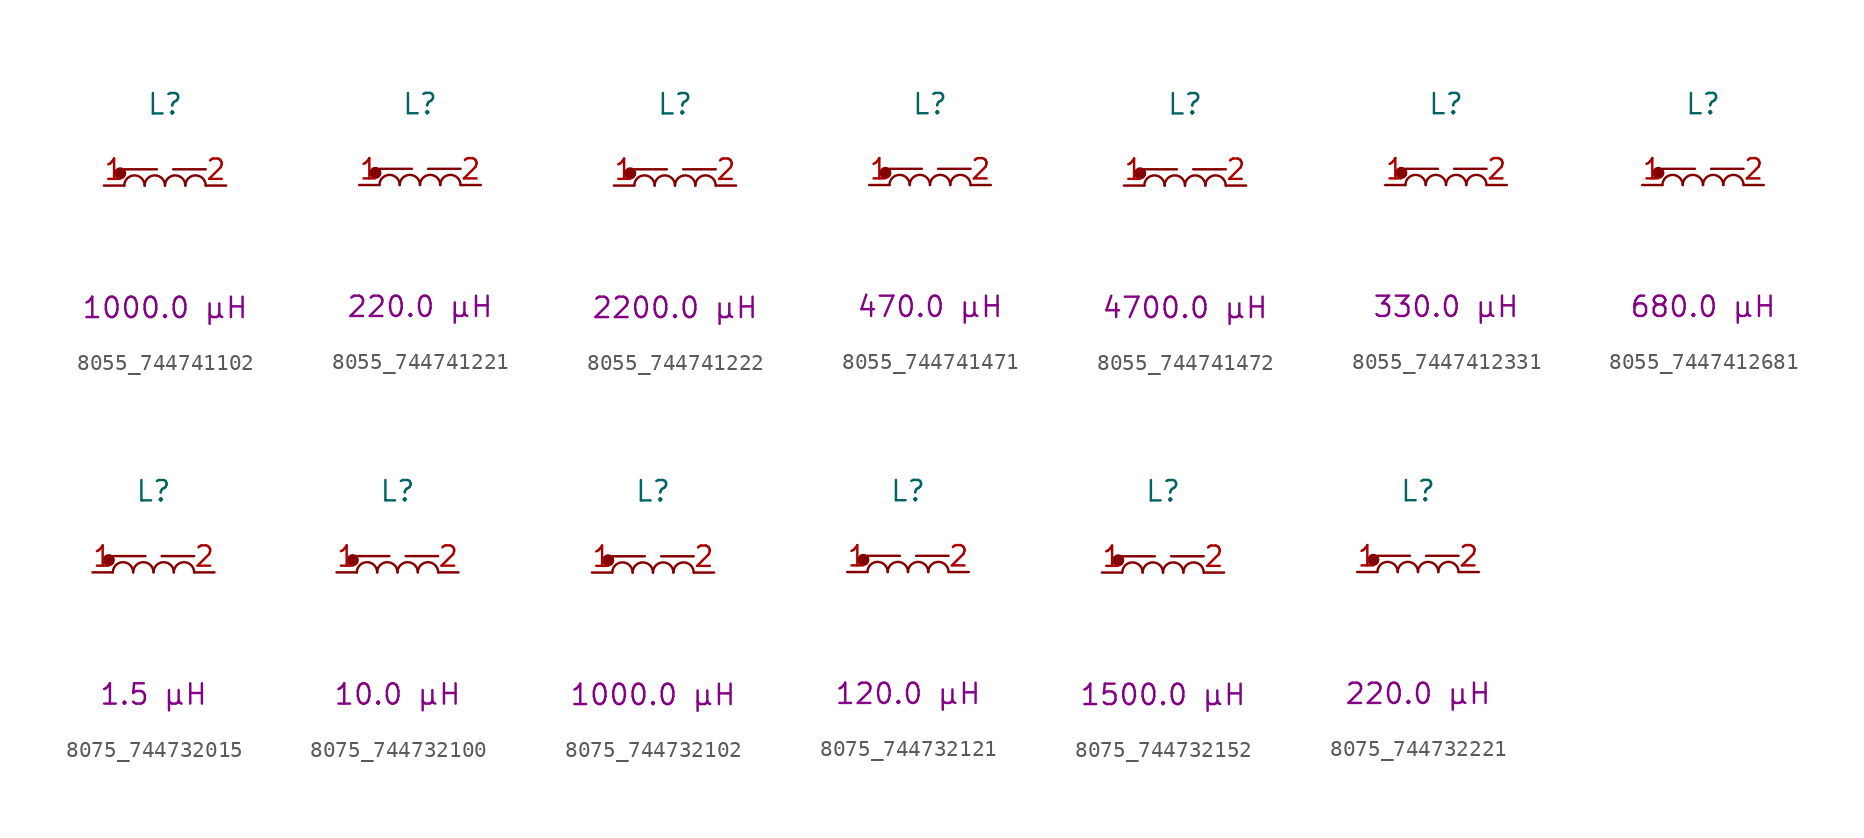
<source format=kicad_sym>
(kicad_symbol_lib
  (version 20220914)
  (generator kicad_symbol_editor)
  (symbol "8055_744741102"
    (pin_names hide)
    (property "Reference" "L"
      (at 0 5.08 0)
      (effects (font (size 1.27 1.27))))
    (property "Critical Parameter" "1000.0 µH"
      (at 0 -7.62 0)
      (effects (font (size 1.27 1.27))))
    (symbol "8055_744741102_0_1"
      (arc (start -1.27 0) (mid -1.905 0.6323) (end -2.54 0) (stroke (width 0) (type default)) (fill (type none)))
      (arc (start 0 0) (mid -0.635 0.6323) (end -1.27 0) (stroke (width 0) (type default)) (fill (type none)))
      (polyline (pts (xy -2.54 1.016) (xy -0.508 1.016)) (stroke (width 0) (type default)) (fill (type none)))
      (arc (start 1.27 0) (mid 0.635 0.6323) (end 0 0) (stroke (width 0) (type default)) (fill (type none)))
      (arc (start 2.54 0) (mid 1.905 0.6323) (end 1.27 0) (stroke (width 0) (type default)) (fill (type none))))
    (symbol "8055_744741102_1_1"
      (circle (center -2.794 0.762) (radius 0.0001) (stroke (width 0.381) (type default)) (fill (type none)))
      (polyline (pts (xy 2.54 1.016) (xy 0.508 1.016)) (stroke (width 0) (type default)) (fill (type none)))
      (pin passive line (at -3.81 0 0) (length 1.27) (name "1" (effects (font (size 1.27 1.27)))) (number "1" (effects (font (size 1.27 1.27)))))
      (pin passive line (at 3.81 0 180) (length 1.27) (name "2" (effects (font (size 1.27 1.27)))) (number "2" (effects (font (size 1.27 1.27)))))))
  (symbol "8055_744741221"
    (pin_names hide)
    (property "Reference" "L"
      (at 0 5.08 0)
      (effects (font (size 1.27 1.27))))
    (property "Critical Parameter" "220.0 µH"
      (at 0 -7.62 0)
      (effects (font (size 1.27 1.27))))
    (symbol "8055_744741221_0_1"
      (arc (start -1.27 0) (mid -1.905 0.6323) (end -2.54 0) (stroke (width 0) (type default)) (fill (type none)))
      (arc (start 0 0) (mid -0.635 0.6323) (end -1.27 0) (stroke (width 0) (type default)) (fill (type none)))
      (polyline (pts (xy -2.54 1.016) (xy -0.508 1.016)) (stroke (width 0) (type default)) (fill (type none)))
      (arc (start 1.27 0) (mid 0.635 0.6323) (end 0 0) (stroke (width 0) (type default)) (fill (type none)))
      (arc (start 2.54 0) (mid 1.905 0.6323) (end 1.27 0) (stroke (width 0) (type default)) (fill (type none))))
    (symbol "8055_744741221_1_1"
      (circle (center -2.794 0.762) (radius 0.0001) (stroke (width 0.381) (type default)) (fill (type none)))
      (polyline (pts (xy 2.54 1.016) (xy 0.508 1.016)) (stroke (width 0) (type default)) (fill (type none)))
      (pin passive line (at -3.81 0 0) (length 1.27) (name "1" (effects (font (size 1.27 1.27)))) (number "1" (effects (font (size 1.27 1.27)))))
      (pin passive line (at 3.81 0 180) (length 1.27) (name "2" (effects (font (size 1.27 1.27)))) (number "2" (effects (font (size 1.27 1.27)))))))
  (symbol "8055_744741222"
    (pin_names hide)
    (property "Reference" "L"
      (at 0 5.08 0)
      (effects (font (size 1.27 1.27))))
    (property "Critical Parameter" "2200.0 µH"
      (at 0 -7.62 0)
      (effects (font (size 1.27 1.27))))
    (symbol "8055_744741222_0_1"
      (arc (start -1.27 0) (mid -1.905 0.6323) (end -2.54 0) (stroke (width 0) (type default)) (fill (type none)))
      (arc (start 0 0) (mid -0.635 0.6323) (end -1.27 0) (stroke (width 0) (type default)) (fill (type none)))
      (polyline (pts (xy -2.54 1.016) (xy -0.508 1.016)) (stroke (width 0) (type default)) (fill (type none)))
      (arc (start 1.27 0) (mid 0.635 0.6323) (end 0 0) (stroke (width 0) (type default)) (fill (type none)))
      (arc (start 2.54 0) (mid 1.905 0.6323) (end 1.27 0) (stroke (width 0) (type default)) (fill (type none))))
    (symbol "8055_744741222_1_1"
      (circle (center -2.794 0.762) (radius 0.0001) (stroke (width 0.381) (type default)) (fill (type none)))
      (polyline (pts (xy 2.54 1.016) (xy 0.508 1.016)) (stroke (width 0) (type default)) (fill (type none)))
      (pin passive line (at -3.81 0 0) (length 1.27) (name "1" (effects (font (size 1.27 1.27)))) (number "1" (effects (font (size 1.27 1.27)))))
      (pin passive line (at 3.81 0 180) (length 1.27) (name "2" (effects (font (size 1.27 1.27)))) (number "2" (effects (font (size 1.27 1.27)))))))
  (symbol "8055_744741471"
    (pin_names hide)
    (property "Reference" "L"
      (at 0 5.08 0)
      (effects (font (size 1.27 1.27))))
    (property "Critical Parameter" "470.0 µH"
      (at 0 -7.62 0)
      (effects (font (size 1.27 1.27))))
    (symbol "8055_744741471_0_1"
      (arc (start -1.27 0) (mid -1.905 0.6323) (end -2.54 0) (stroke (width 0) (type default)) (fill (type none)))
      (arc (start 0 0) (mid -0.635 0.6323) (end -1.27 0) (stroke (width 0) (type default)) (fill (type none)))
      (polyline (pts (xy -2.54 1.016) (xy -0.508 1.016)) (stroke (width 0) (type default)) (fill (type none)))
      (arc (start 1.27 0) (mid 0.635 0.6323) (end 0 0) (stroke (width 0) (type default)) (fill (type none)))
      (arc (start 2.54 0) (mid 1.905 0.6323) (end 1.27 0) (stroke (width 0) (type default)) (fill (type none))))
    (symbol "8055_744741471_1_1"
      (circle (center -2.794 0.762) (radius 0.0001) (stroke (width 0.381) (type default)) (fill (type none)))
      (polyline (pts (xy 2.54 1.016) (xy 0.508 1.016)) (stroke (width 0) (type default)) (fill (type none)))
      (pin passive line (at -3.81 0 0) (length 1.27) (name "1" (effects (font (size 1.27 1.27)))) (number "1" (effects (font (size 1.27 1.27)))))
      (pin passive line (at 3.81 0 180) (length 1.27) (name "2" (effects (font (size 1.27 1.27)))) (number "2" (effects (font (size 1.27 1.27)))))))
  (symbol "8055_744741472"
    (pin_names hide)
    (property "Reference" "L"
      (at 0 5.08 0)
      (effects (font (size 1.27 1.27))))
    (property "Critical Parameter" "4700.0 µH"
      (at 0 -7.62 0)
      (effects (font (size 1.27 1.27))))
    (symbol "8055_744741472_0_1"
      (arc (start -1.27 0) (mid -1.905 0.6323) (end -2.54 0) (stroke (width 0) (type default)) (fill (type none)))
      (arc (start 0 0) (mid -0.635 0.6323) (end -1.27 0) (stroke (width 0) (type default)) (fill (type none)))
      (polyline (pts (xy -2.54 1.016) (xy -0.508 1.016)) (stroke (width 0) (type default)) (fill (type none)))
      (arc (start 1.27 0) (mid 0.635 0.6323) (end 0 0) (stroke (width 0) (type default)) (fill (type none)))
      (arc (start 2.54 0) (mid 1.905 0.6323) (end 1.27 0) (stroke (width 0) (type default)) (fill (type none))))
    (symbol "8055_744741472_1_1"
      (circle (center -2.794 0.762) (radius 0.0001) (stroke (width 0.381) (type default)) (fill (type none)))
      (polyline (pts (xy 2.54 1.016) (xy 0.508 1.016)) (stroke (width 0) (type default)) (fill (type none)))
      (pin passive line (at -3.81 0 0) (length 1.27) (name "1" (effects (font (size 1.27 1.27)))) (number "1" (effects (font (size 1.27 1.27)))))
      (pin passive line (at 3.81 0 180) (length 1.27) (name "2" (effects (font (size 1.27 1.27)))) (number "2" (effects (font (size 1.27 1.27)))))))
  (symbol "8055_7447412331"
    (pin_names hide)
    (property "Reference" "L"
      (at 0 5.08 0)
      (effects (font (size 1.27 1.27))))
    (property "Critical Parameter" "330.0 µH"
      (at 0 -7.62 0)
      (effects (font (size 1.27 1.27))))
    (symbol "8055_7447412331_0_1"
      (arc (start -1.27 0) (mid -1.905 0.6323) (end -2.54 0) (stroke (width 0) (type default)) (fill (type none)))
      (arc (start 0 0) (mid -0.635 0.6323) (end -1.27 0) (stroke (width 0) (type default)) (fill (type none)))
      (polyline (pts (xy -2.54 1.016) (xy -0.508 1.016)) (stroke (width 0) (type default)) (fill (type none)))
      (arc (start 1.27 0) (mid 0.635 0.6323) (end 0 0) (stroke (width 0) (type default)) (fill (type none)))
      (arc (start 2.54 0) (mid 1.905 0.6323) (end 1.27 0) (stroke (width 0) (type default)) (fill (type none))))
    (symbol "8055_7447412331_1_1"
      (circle (center -2.794 0.762) (radius 0.0001) (stroke (width 0.381) (type default)) (fill (type none)))
      (polyline (pts (xy 2.54 1.016) (xy 0.508 1.016)) (stroke (width 0) (type default)) (fill (type none)))
      (pin passive line (at -3.81 0 0) (length 1.27) (name "1" (effects (font (size 1.27 1.27)))) (number "1" (effects (font (size 1.27 1.27)))))
      (pin passive line (at 3.81 0 180) (length 1.27) (name "2" (effects (font (size 1.27 1.27)))) (number "2" (effects (font (size 1.27 1.27)))))))
  (symbol "8055_7447412681"
    (pin_names hide)
    (property "Reference" "L"
      (at 0 5.08 0)
      (effects (font (size 1.27 1.27))))
    (property "Critical Parameter" "680.0 µH"
      (at 0 -7.62 0)
      (effects (font (size 1.27 1.27))))
    (symbol "8055_7447412681_0_1"
      (arc (start -1.27 0) (mid -1.905 0.6323) (end -2.54 0) (stroke (width 0) (type default)) (fill (type none)))
      (arc (start 0 0) (mid -0.635 0.6323) (end -1.27 0) (stroke (width 0) (type default)) (fill (type none)))
      (polyline (pts (xy -2.54 1.016) (xy -0.508 1.016)) (stroke (width 0) (type default)) (fill (type none)))
      (arc (start 1.27 0) (mid 0.635 0.6323) (end 0 0) (stroke (width 0) (type default)) (fill (type none)))
      (arc (start 2.54 0) (mid 1.905 0.6323) (end 1.27 0) (stroke (width 0) (type default)) (fill (type none))))
    (symbol "8055_7447412681_1_1"
      (circle (center -2.794 0.762) (radius 0.0001) (stroke (width 0.381) (type default)) (fill (type none)))
      (polyline (pts (xy 2.54 1.016) (xy 0.508 1.016)) (stroke (width 0) (type default)) (fill (type none)))
      (pin passive line (at -3.81 0 0) (length 1.27) (name "1" (effects (font (size 1.27 1.27)))) (number "1" (effects (font (size 1.27 1.27)))))
      (pin passive line (at 3.81 0 180) (length 1.27) (name "2" (effects (font (size 1.27 1.27)))) (number "2" (effects (font (size 1.27 1.27)))))))
  (symbol "8075_744732015"
    (pin_names hide)
    (property "Reference" "L"
      (at 0 5.08 0)
      (effects (font (size 1.27 1.27))))
    (property "Critical Parameter" "1.5 µH"
      (at 0 -7.62 0)
      (effects (font (size 1.27 1.27))))
    (symbol "8075_744732015_0_1"
      (arc (start -1.27 0) (mid -1.905 0.6323) (end -2.54 0) (stroke (width 0) (type default)) (fill (type none)))
      (arc (start 0 0) (mid -0.635 0.6323) (end -1.27 0) (stroke (width 0) (type default)) (fill (type none)))
      (polyline (pts (xy -2.54 1.016) (xy -0.508 1.016)) (stroke (width 0) (type default)) (fill (type none)))
      (arc (start 1.27 0) (mid 0.635 0.6323) (end 0 0) (stroke (width 0) (type default)) (fill (type none)))
      (arc (start 2.54 0) (mid 1.905 0.6323) (end 1.27 0) (stroke (width 0) (type default)) (fill (type none))))
    (symbol "8075_744732015_1_1"
      (circle (center -2.794 0.762) (radius 0.0001) (stroke (width 0.381) (type default)) (fill (type none)))
      (polyline (pts (xy 2.54 1.016) (xy 0.508 1.016)) (stroke (width 0) (type default)) (fill (type none)))
      (pin passive line (at -3.81 0 0) (length 1.27) (name "1" (effects (font (size 1.27 1.27)))) (number "1" (effects (font (size 1.27 1.27)))))
      (pin passive line (at 3.81 0 180) (length 1.27) (name "2" (effects (font (size 1.27 1.27)))) (number "2" (effects (font (size 1.27 1.27)))))))
  (symbol "8075_744732100"
    (pin_names hide)
    (property "Reference" "L"
      (at 0 5.08 0)
      (effects (font (size 1.27 1.27))))
    (property "Critical Parameter" "10.0 µH"
      (at 0 -7.62 0)
      (effects (font (size 1.27 1.27))))
    (symbol "8075_744732100_0_1"
      (arc (start -1.27 0) (mid -1.905 0.6323) (end -2.54 0) (stroke (width 0) (type default)) (fill (type none)))
      (arc (start 0 0) (mid -0.635 0.6323) (end -1.27 0) (stroke (width 0) (type default)) (fill (type none)))
      (polyline (pts (xy -2.54 1.016) (xy -0.508 1.016)) (stroke (width 0) (type default)) (fill (type none)))
      (arc (start 1.27 0) (mid 0.635 0.6323) (end 0 0) (stroke (width 0) (type default)) (fill (type none)))
      (arc (start 2.54 0) (mid 1.905 0.6323) (end 1.27 0) (stroke (width 0) (type default)) (fill (type none))))
    (symbol "8075_744732100_1_1"
      (circle (center -2.794 0.762) (radius 0.0001) (stroke (width 0.381) (type default)) (fill (type none)))
      (polyline (pts (xy 2.54 1.016) (xy 0.508 1.016)) (stroke (width 0) (type default)) (fill (type none)))
      (pin passive line (at -3.81 0 0) (length 1.27) (name "1" (effects (font (size 1.27 1.27)))) (number "1" (effects (font (size 1.27 1.27)))))
      (pin passive line (at 3.81 0 180) (length 1.27) (name "2" (effects (font (size 1.27 1.27)))) (number "2" (effects (font (size 1.27 1.27)))))))
  (symbol "8075_744732102"
    (pin_names hide)
    (property "Reference" "L"
      (at 0 5.08 0)
      (effects (font (size 1.27 1.27))))
    (property "Critical Parameter" "1000.0 µH"
      (at 0 -7.62 0)
      (effects (font (size 1.27 1.27))))
    (symbol "8075_744732102_0_1"
      (arc (start -1.27 0) (mid -1.905 0.6323) (end -2.54 0) (stroke (width 0) (type default)) (fill (type none)))
      (arc (start 0 0) (mid -0.635 0.6323) (end -1.27 0) (stroke (width 0) (type default)) (fill (type none)))
      (polyline (pts (xy -2.54 1.016) (xy -0.508 1.016)) (stroke (width 0) (type default)) (fill (type none)))
      (arc (start 1.27 0) (mid 0.635 0.6323) (end 0 0) (stroke (width 0) (type default)) (fill (type none)))
      (arc (start 2.54 0) (mid 1.905 0.6323) (end 1.27 0) (stroke (width 0) (type default)) (fill (type none))))
    (symbol "8075_744732102_1_1"
      (circle (center -2.794 0.762) (radius 0.0001) (stroke (width 0.381) (type default)) (fill (type none)))
      (polyline (pts (xy 2.54 1.016) (xy 0.508 1.016)) (stroke (width 0) (type default)) (fill (type none)))
      (pin passive line (at -3.81 0 0) (length 1.27) (name "1" (effects (font (size 1.27 1.27)))) (number "1" (effects (font (size 1.27 1.27)))))
      (pin passive line (at 3.81 0 180) (length 1.27) (name "2" (effects (font (size 1.27 1.27)))) (number "2" (effects (font (size 1.27 1.27)))))))
  (symbol "8075_744732121"
    (pin_names hide)
    (property "Reference" "L"
      (at 0 5.08 0)
      (effects (font (size 1.27 1.27))))
    (property "Critical Parameter" "120.0 µH"
      (at 0 -7.62 0)
      (effects (font (size 1.27 1.27))))
    (symbol "8075_744732121_0_1"
      (arc (start -1.27 0) (mid -1.905 0.6323) (end -2.54 0) (stroke (width 0) (type default)) (fill (type none)))
      (arc (start 0 0) (mid -0.635 0.6323) (end -1.27 0) (stroke (width 0) (type default)) (fill (type none)))
      (polyline (pts (xy -2.54 1.016) (xy -0.508 1.016)) (stroke (width 0) (type default)) (fill (type none)))
      (arc (start 1.27 0) (mid 0.635 0.6323) (end 0 0) (stroke (width 0) (type default)) (fill (type none)))
      (arc (start 2.54 0) (mid 1.905 0.6323) (end 1.27 0) (stroke (width 0) (type default)) (fill (type none))))
    (symbol "8075_744732121_1_1"
      (circle (center -2.794 0.762) (radius 0.0001) (stroke (width 0.381) (type default)) (fill (type none)))
      (polyline (pts (xy 2.54 1.016) (xy 0.508 1.016)) (stroke (width 0) (type default)) (fill (type none)))
      (pin passive line (at -3.81 0 0) (length 1.27) (name "1" (effects (font (size 1.27 1.27)))) (number "1" (effects (font (size 1.27 1.27)))))
      (pin passive line (at 3.81 0 180) (length 1.27) (name "2" (effects (font (size 1.27 1.27)))) (number "2" (effects (font (size 1.27 1.27)))))))
  (symbol "8075_744732152"
    (pin_names hide)
    (property "Reference" "L"
      (at 0 5.08 0)
      (effects (font (size 1.27 1.27))))
    (property "Critical Parameter" "1500.0 µH"
      (at 0 -7.62 0)
      (effects (font (size 1.27 1.27))))
    (symbol "8075_744732152_0_1"
      (arc (start -1.27 0) (mid -1.905 0.6323) (end -2.54 0) (stroke (width 0) (type default)) (fill (type none)))
      (arc (start 0 0) (mid -0.635 0.6323) (end -1.27 0) (stroke (width 0) (type default)) (fill (type none)))
      (polyline (pts (xy -2.54 1.016) (xy -0.508 1.016)) (stroke (width 0) (type default)) (fill (type none)))
      (arc (start 1.27 0) (mid 0.635 0.6323) (end 0 0) (stroke (width 0) (type default)) (fill (type none)))
      (arc (start 2.54 0) (mid 1.905 0.6323) (end 1.27 0) (stroke (width 0) (type default)) (fill (type none))))
    (symbol "8075_744732152_1_1"
      (circle (center -2.794 0.762) (radius 0.0001) (stroke (width 0.381) (type default)) (fill (type none)))
      (polyline (pts (xy 2.54 1.016) (xy 0.508 1.016)) (stroke (width 0) (type default)) (fill (type none)))
      (pin passive line (at -3.81 0 0) (length 1.27) (name "1" (effects (font (size 1.27 1.27)))) (number "1" (effects (font (size 1.27 1.27)))))
      (pin passive line (at 3.81 0 180) (length 1.27) (name "2" (effects (font (size 1.27 1.27)))) (number "2" (effects (font (size 1.27 1.27)))))))
  (symbol "8075_744732221"
    (pin_names hide)
    (property "Reference" "L"
      (at 0 5.08 0)
      (effects (font (size 1.27 1.27))))
    (property "Critical Parameter" "220.0 µH"
      (at 0 -7.62 0)
      (effects (font (size 1.27 1.27))))
    (symbol "8075_744732221_0_1"
      (arc (start -1.27 0) (mid -1.905 0.6323) (end -2.54 0) (stroke (width 0) (type default)) (fill (type none)))
      (arc (start 0 0) (mid -0.635 0.6323) (end -1.27 0) (stroke (width 0) (type default)) (fill (type none)))
      (polyline (pts (xy -2.54 1.016) (xy -0.508 1.016)) (stroke (width 0) (type default)) (fill (type none)))
      (arc (start 1.27 0) (mid 0.635 0.6323) (end 0 0) (stroke (width 0) (type default)) (fill (type none)))
      (arc (start 2.54 0) (mid 1.905 0.6323) (end 1.27 0) (stroke (width 0) (type default)) (fill (type none))))
    (symbol "8075_744732221_1_1"
      (circle (center -2.794 0.762) (radius 0.0001) (stroke (width 0.381) (type default)) (fill (type none)))
      (polyline (pts (xy 2.54 1.016) (xy 0.508 1.016)) (stroke (width 0) (type default)) (fill (type none)))
      (pin passive line (at -3.81 0 0) (length 1.27) (name "1" (effects (font (size 1.27 1.27)))) (number "1" (effects (font (size 1.27 1.27)))))
      (pin passive line (at 3.81 0 180) (length 1.27) (name "2" (effects (font (size 1.27 1.27)))) (number "2" (effects (font (size 1.27 1.27))))))))
</source>
